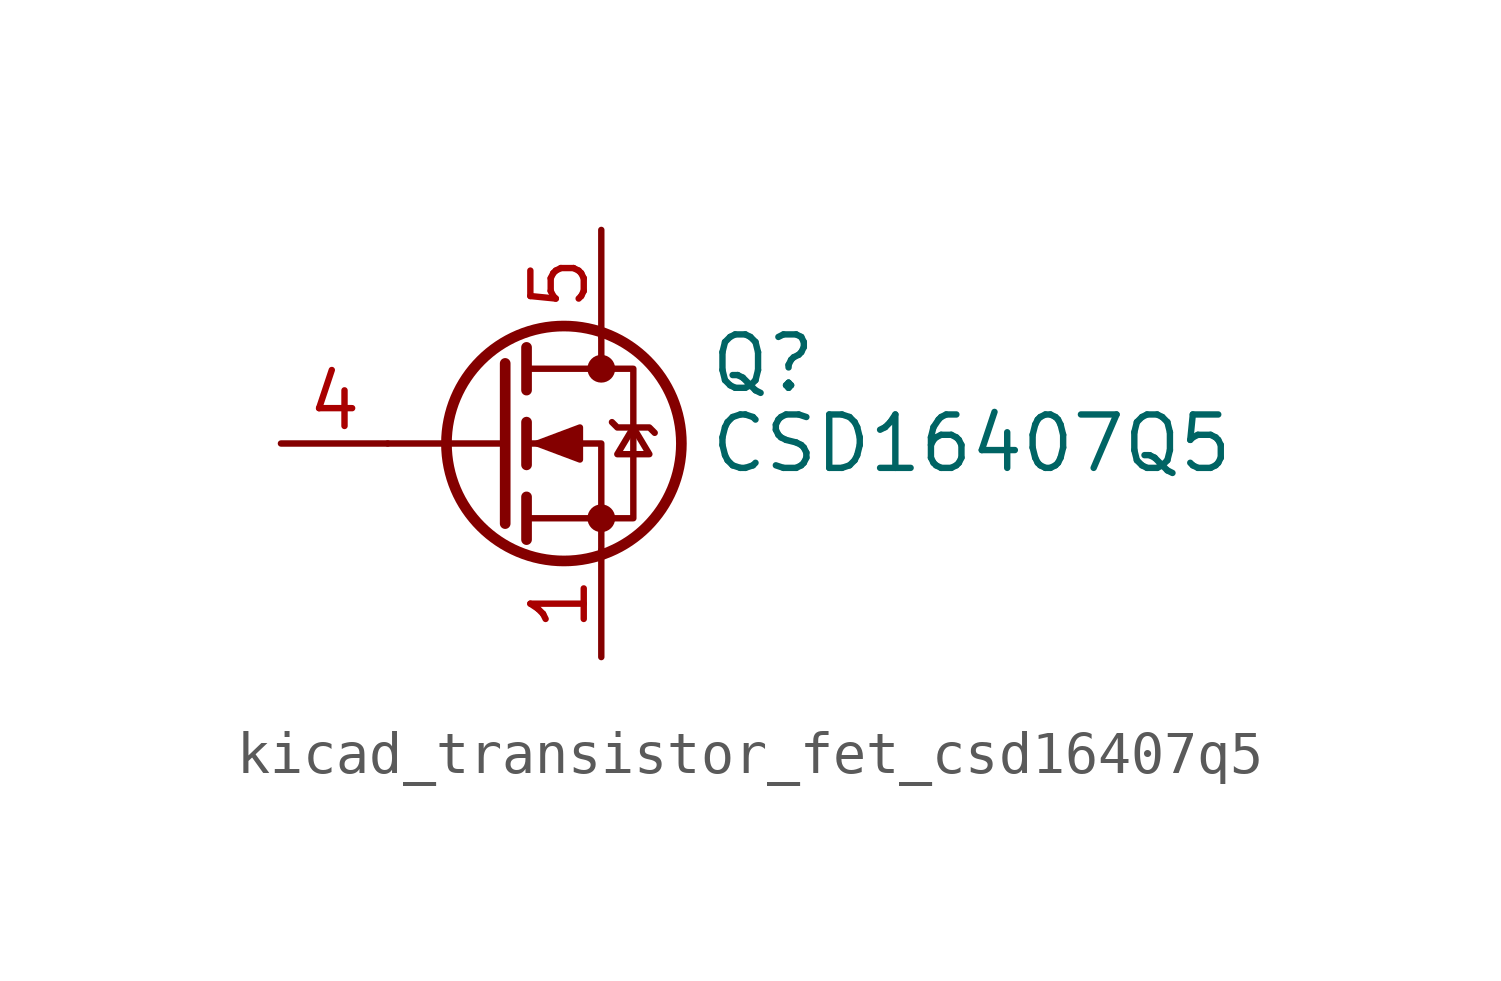
<source format=kicad_sym>
(kicad_symbol_lib
  (version 20220914)
  (generator kicad_symbol_editor)
  (symbol "kicad_transistor_fet_csd16407q5"
    (pin_names hide)
    (property "Reference" "Q"
      (at 5.08 1.905 0)
      (effects (font (size 1.27 1.27)) (justify left)))
    (property "Value" "CSD16407Q5"
      (at 5.08 0 0)
      (effects (font (size 1.27 1.27)) (justify left)))
    (symbol "kicad_transistor_fet_csd16407q5_0_1"
      (polyline (pts (xy 0.254 0) (xy -2.54 0)) (stroke (width 0) (type default)) (fill (type none)))
      (polyline (pts (xy 0.254 1.905) (xy 0.254 -1.905)) (stroke (width 0.254) (type default)) (fill (type none)))
      (polyline (pts (xy 0.762 -1.27) (xy 0.762 -2.286)) (stroke (width 0.254) (type default)) (fill (type none)))
      (polyline (pts (xy 0.762 0.508) (xy 0.762 -0.508)) (stroke (width 0.254) (type default)) (fill (type none)))
      (polyline (pts (xy 0.762 2.286) (xy 0.762 1.27)) (stroke (width 0.254) (type default)) (fill (type none)))
      (polyline (pts (xy 2.54 2.54) (xy 2.54 1.778)) (stroke (width 0) (type default)) (fill (type none)))
      (polyline (pts (xy 2.54 -2.54) (xy 2.54 0) (xy 0.762 0)) (stroke (width 0) (type default)) (fill (type none)))
      (polyline (pts (xy 0.762 -1.778) (xy 3.302 -1.778) (xy 3.302 1.778) (xy 0.762 1.778)) (stroke (width 0) (type default)) (fill (type none)))
      (polyline (pts (xy 1.016 0) (xy 2.032 0.381) (xy 2.032 -0.381) (xy 1.016 0)) (stroke (width 0) (type default)) (fill (type outline)))
      (polyline (pts (xy 2.794 0.508) (xy 2.921 0.381) (xy 3.683 0.381) (xy 3.81 0.254)) (stroke (width 0) (type default)) (fill (type none)))
      (polyline (pts (xy 3.302 0.381) (xy 2.921 -0.254) (xy 3.683 -0.254) (xy 3.302 0.381)) (stroke (width 0) (type default)) (fill (type none)))
      (circle (center 1.651 0) (radius 2.794) (stroke (width 0.254) (type default)) (fill (type none)))
      (circle (center 2.54 -1.778) (radius 0.254) (stroke (width 0) (type default)) (fill (type outline)))
      (circle (center 2.54 1.778) (radius 0.254) (stroke (width 0) (type default)) (fill (type outline))))
    (symbol "kicad_transistor_fet_csd16407q5_1_1"
      (pin passive line (at 2.54 -5.08 90) (length 2.54) (name "S" (effects (font (size 1.27 1.27)))) (number "1" (effects (font (size 1.27 1.27)))))
      (pin passive line (at 2.54 -5.08 90) (length 2.54) hide (name "S" (effects (font (size 1.27 1.27)))) (number "2" (effects (font (size 1.27 1.27)))))
      (pin passive line (at 2.54 -5.08 90) (length 2.54) hide (name "S" (effects (font (size 1.27 1.27)))) (number "3" (effects (font (size 1.27 1.27)))))
      (pin passive line (at -5.08 0 0) (length 2.54) (name "G" (effects (font (size 1.27 1.27)))) (number "4" (effects (font (size 1.27 1.27)))))
      (pin passive line (at 2.54 5.08 270) (length 2.54) (name "D" (effects (font (size 1.27 1.27)))) (number "5" (effects (font (size 1.27 1.27))))))))
</source>
